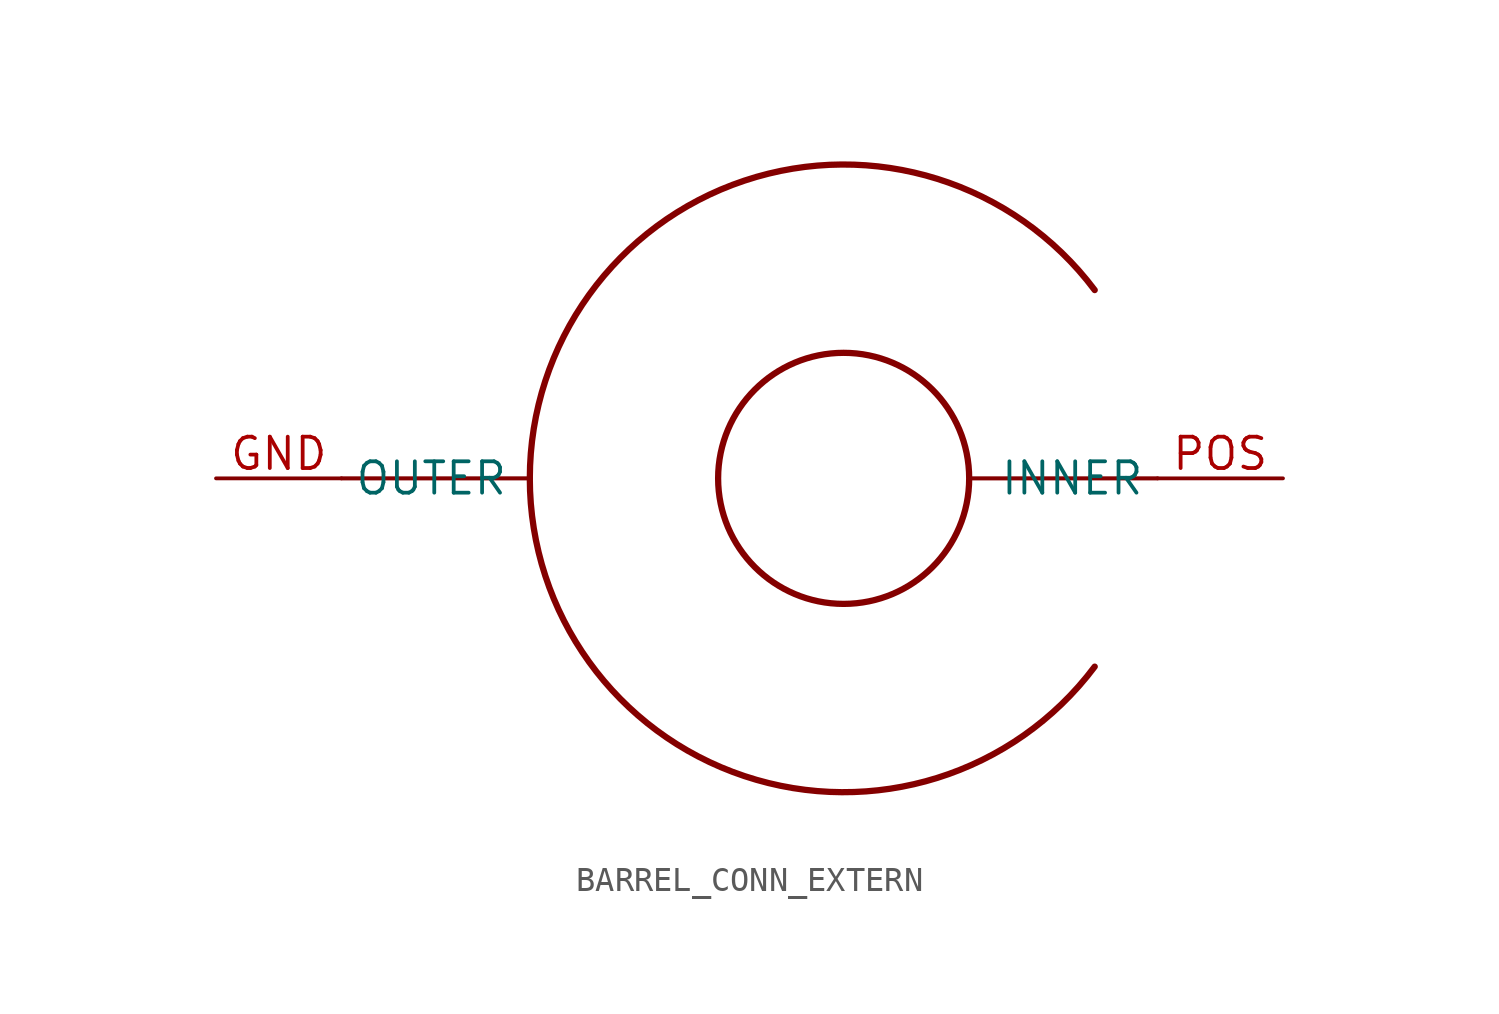
<source format=kicad_sym>
(kicad_symbol_lib
  (version 20220914)
  (generator kicad_symbol_editor)
  (symbol "BARREL_CONN_EXTERN"
    (property "Reference" ""
      (at 0 0 0)
      (effects (font (size 1.27 1.27)) hide))
    (property "ki_locked" ""
      (at 0 0 0)
      (effects (font (size 1.27 1.27))))
    (symbol "BARREL_CONN_EXTERN_1_0"
      (arc (start -12.7 0) (mid -4.0161 -12.0483) (end 10.16 -7.62) (stroke (width 0.254) (type solid)) (fill (type none)))
      (polyline (pts (xy -12.7 0) (xy -20.32 0)) (stroke (width 0.165) (type solid)) (fill (type none)))
      (polyline (pts (xy 5.08 0) (xy 12.7 0)) (stroke (width 0.165) (type solid)) (fill (type none)))
      (circle (center 0 0) (radius 5.08) (stroke (width 0.254) (type solid)) (fill (type none)))
      (arc (start 10.16 7.62) (mid -4.0161 12.0483) (end -12.7 0) (stroke (width 0.254) (type solid)) (fill (type none)))
      (pin bidirectional line (at -25.4 0 0) (length 5.08) (name "OUTER" (effects (font (size 1.27 1.27)))) (number "GND" (effects (font (size 1.27 1.27)))))
      (pin bidirectional line (at 17.78 0 180) (length 5.08) (name "INNER" (effects (font (size 1.27 1.27)))) (number "POS" (effects (font (size 1.27 1.27))))))))
</source>
